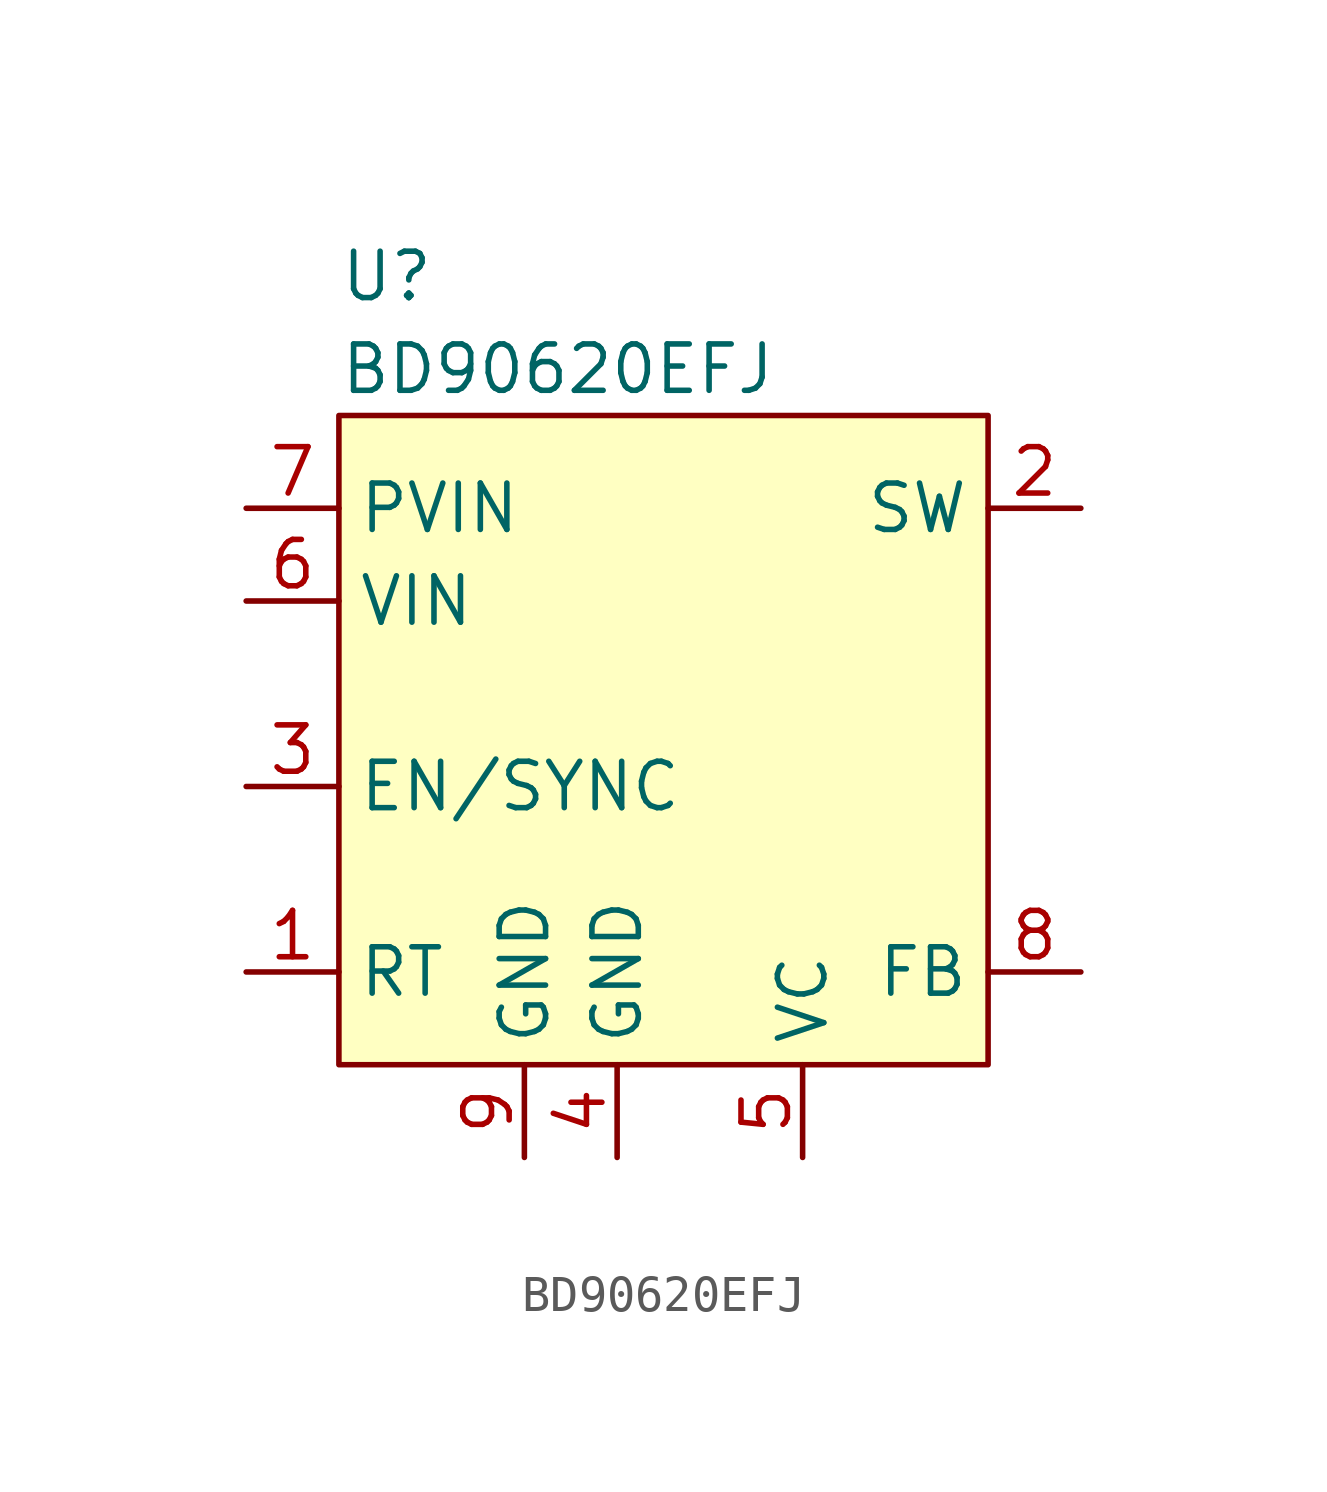
<source format=kicad_sym>
(kicad_symbol_lib
  (version 20211014)
  (generator kicad_symbol_editor)
  (symbol "BD90620EFJ"
    (property "Reference" "U"
      (at 2.54 6.35 0)
      (effects (font (size 1.27 1.27)) (justify left)))
    (property "Value" "BD90620EFJ"
      (at 2.54 3.81 0)
      (effects (font (size 1.27 1.27)) (justify left)))
    (symbol "BD90620EFJ_0_0"
      (pin power_in line (at 0 0 0) (length 2.54) (name "PVIN" (effects (font (size 1.27 1.27)))) (number "7" (effects (font (size 1.27 1.27)))))
      (pin input line (at 22.86 -12.7 180) (length 2.54) (name "FB" (effects (font (size 1.27 1.27)))) (number "8" (effects (font (size 1.27 1.27)))))
      (pin power_in line (at 7.62 -17.78 90) (length 2.54) (name "GND" (effects (font (size 1.27 1.27)))) (number "9" (effects (font (size 1.27 1.27))))))
    (symbol "BD90620EFJ_0_1"
      (rectangle (start 2.54 2.54) (end 20.32 -15.24) (stroke (width 0) (type default) (color 0 0 0 0)) (fill (type background))))
    (symbol "BD90620EFJ_1_1"
      (pin passive line (at 0 -12.7 0) (length 2.54) (name "RT" (effects (font (size 1.27 1.27)))) (number "1" (effects (font (size 1.27 1.27)))))
      (pin passive line (at 22.86 0 180) (length 2.54) (name "SW" (effects (font (size 1.27 1.27)))) (number "2" (effects (font (size 1.27 1.27)))))
      (pin input line (at 0 -7.62 0) (length 2.54) (name "EN/SYNC" (effects (font (size 1.27 1.27)))) (number "3" (effects (font (size 1.27 1.27)))))
      (pin power_in line (at 10.16 -17.78 90) (length 2.54) (name "GND" (effects (font (size 1.27 1.27)))) (number "4" (effects (font (size 1.27 1.27)))))
      (pin passive line (at 15.24 -17.78 90) (length 2.54) (name "VC" (effects (font (size 1.27 1.27)))) (number "5" (effects (font (size 1.27 1.27)))))
      (pin power_in line (at 0 -2.54 0) (length 2.54) (name "VIN" (effects (font (size 1.27 1.27)))) (number "6" (effects (font (size 1.27 1.27))))))))
</source>
